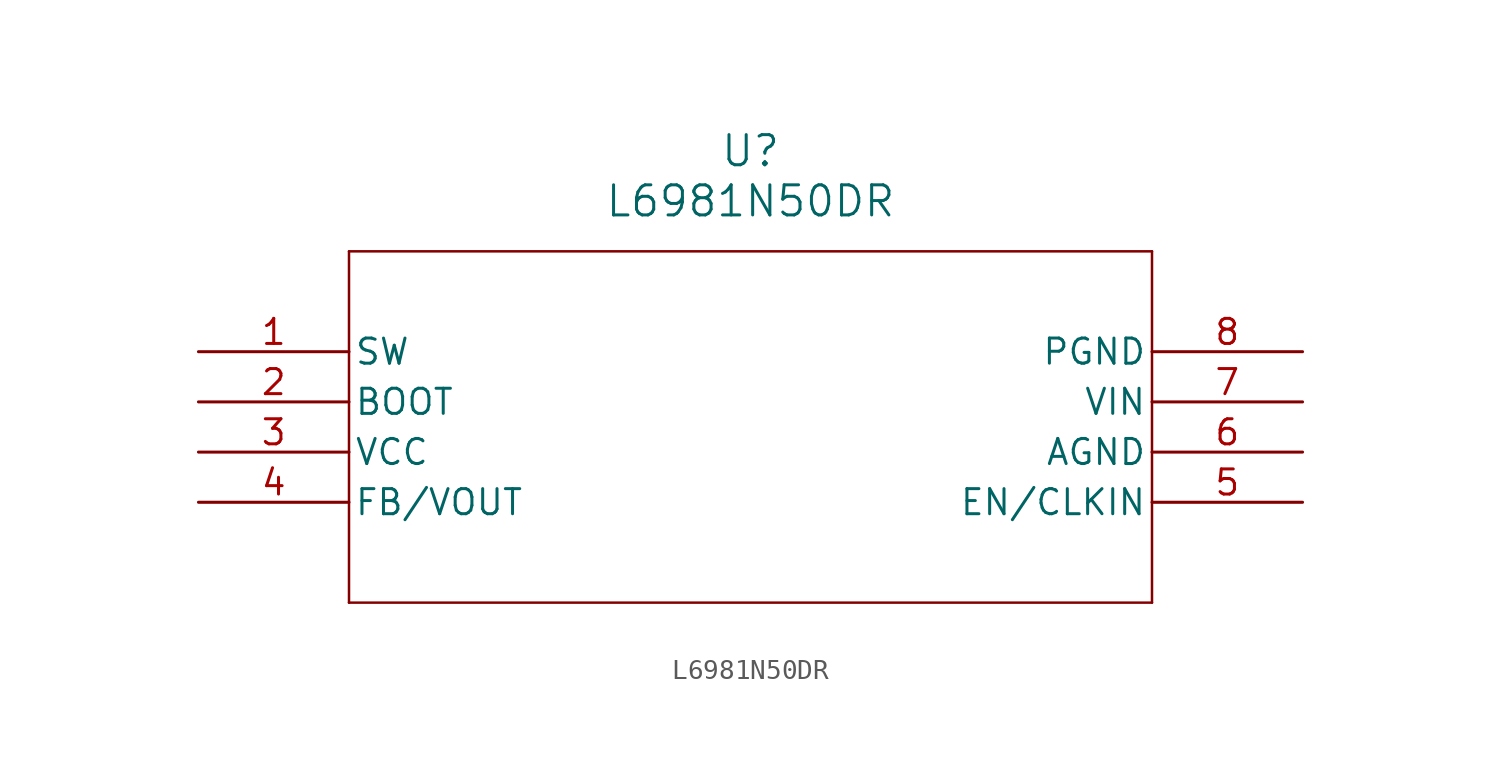
<source format=kicad_sym>
(kicad_symbol_lib
  (version 20220914)
  (generator kicad_symbol_editor)
  (symbol "L6981N50DR"
    (pin_names
      (offset 0.254))
    (property "Reference" "U"
      (at 27.94 10.16 0)
      (effects (font (size 1.524 1.524))))
    (property "Value" "L6981N50DR"
      (at 27.94 7.62 0)
      (effects (font (size 1.524 1.524))))
    (symbol "L6981N50DR_0_1"
      (polyline (pts (xy 7.62 -12.7) (xy 48.26 -12.7)) (stroke (width 0.127) (type default)) (fill (type none)))
      (polyline (pts (xy 7.62 5.08) (xy 7.62 -12.7)) (stroke (width 0.127) (type default)) (fill (type none)))
      (polyline (pts (xy 48.26 -12.7) (xy 48.26 5.08)) (stroke (width 0.127) (type default)) (fill (type none)))
      (polyline (pts (xy 48.26 5.08) (xy 7.62 5.08)) (stroke (width 0.127) (type default)) (fill (type none)))
      (pin bidirectional line (at 0 0 0) (length 7.62) (name "SW" (effects (font (size 1.27 1.27)))) (number "1" (effects (font (size 1.27 1.27)))))
      (pin unspecified line (at 0 -2.54 0) (length 7.62) (name "BOOT" (effects (font (size 1.27 1.27)))) (number "2" (effects (font (size 1.27 1.27)))))
      (pin power_in line (at 0 -5.08 0) (length 7.62) (name "VCC" (effects (font (size 1.27 1.27)))) (number "3" (effects (font (size 1.27 1.27)))))
      (pin output line (at 0 -7.62 0) (length 7.62) (name "FB/VOUT" (effects (font (size 1.27 1.27)))) (number "4" (effects (font (size 1.27 1.27)))))
      (pin input line (at 55.88 -7.62 180) (length 7.62) (name "EN/CLKIN" (effects (font (size 1.27 1.27)))) (number "5" (effects (font (size 1.27 1.27)))))
      (pin power_out line (at 55.88 -5.08 180) (length 7.62) (name "AGND" (effects (font (size 1.27 1.27)))) (number "6" (effects (font (size 1.27 1.27)))))
      (pin power_in line (at 55.88 -2.54 180) (length 7.62) (name "VIN" (effects (font (size 1.27 1.27)))) (number "7" (effects (font (size 1.27 1.27)))))
      (pin power_out line (at 55.88 0 180) (length 7.62) (name "PGND" (effects (font (size 1.27 1.27)))) (number "8" (effects (font (size 1.27 1.27))))))))
</source>
